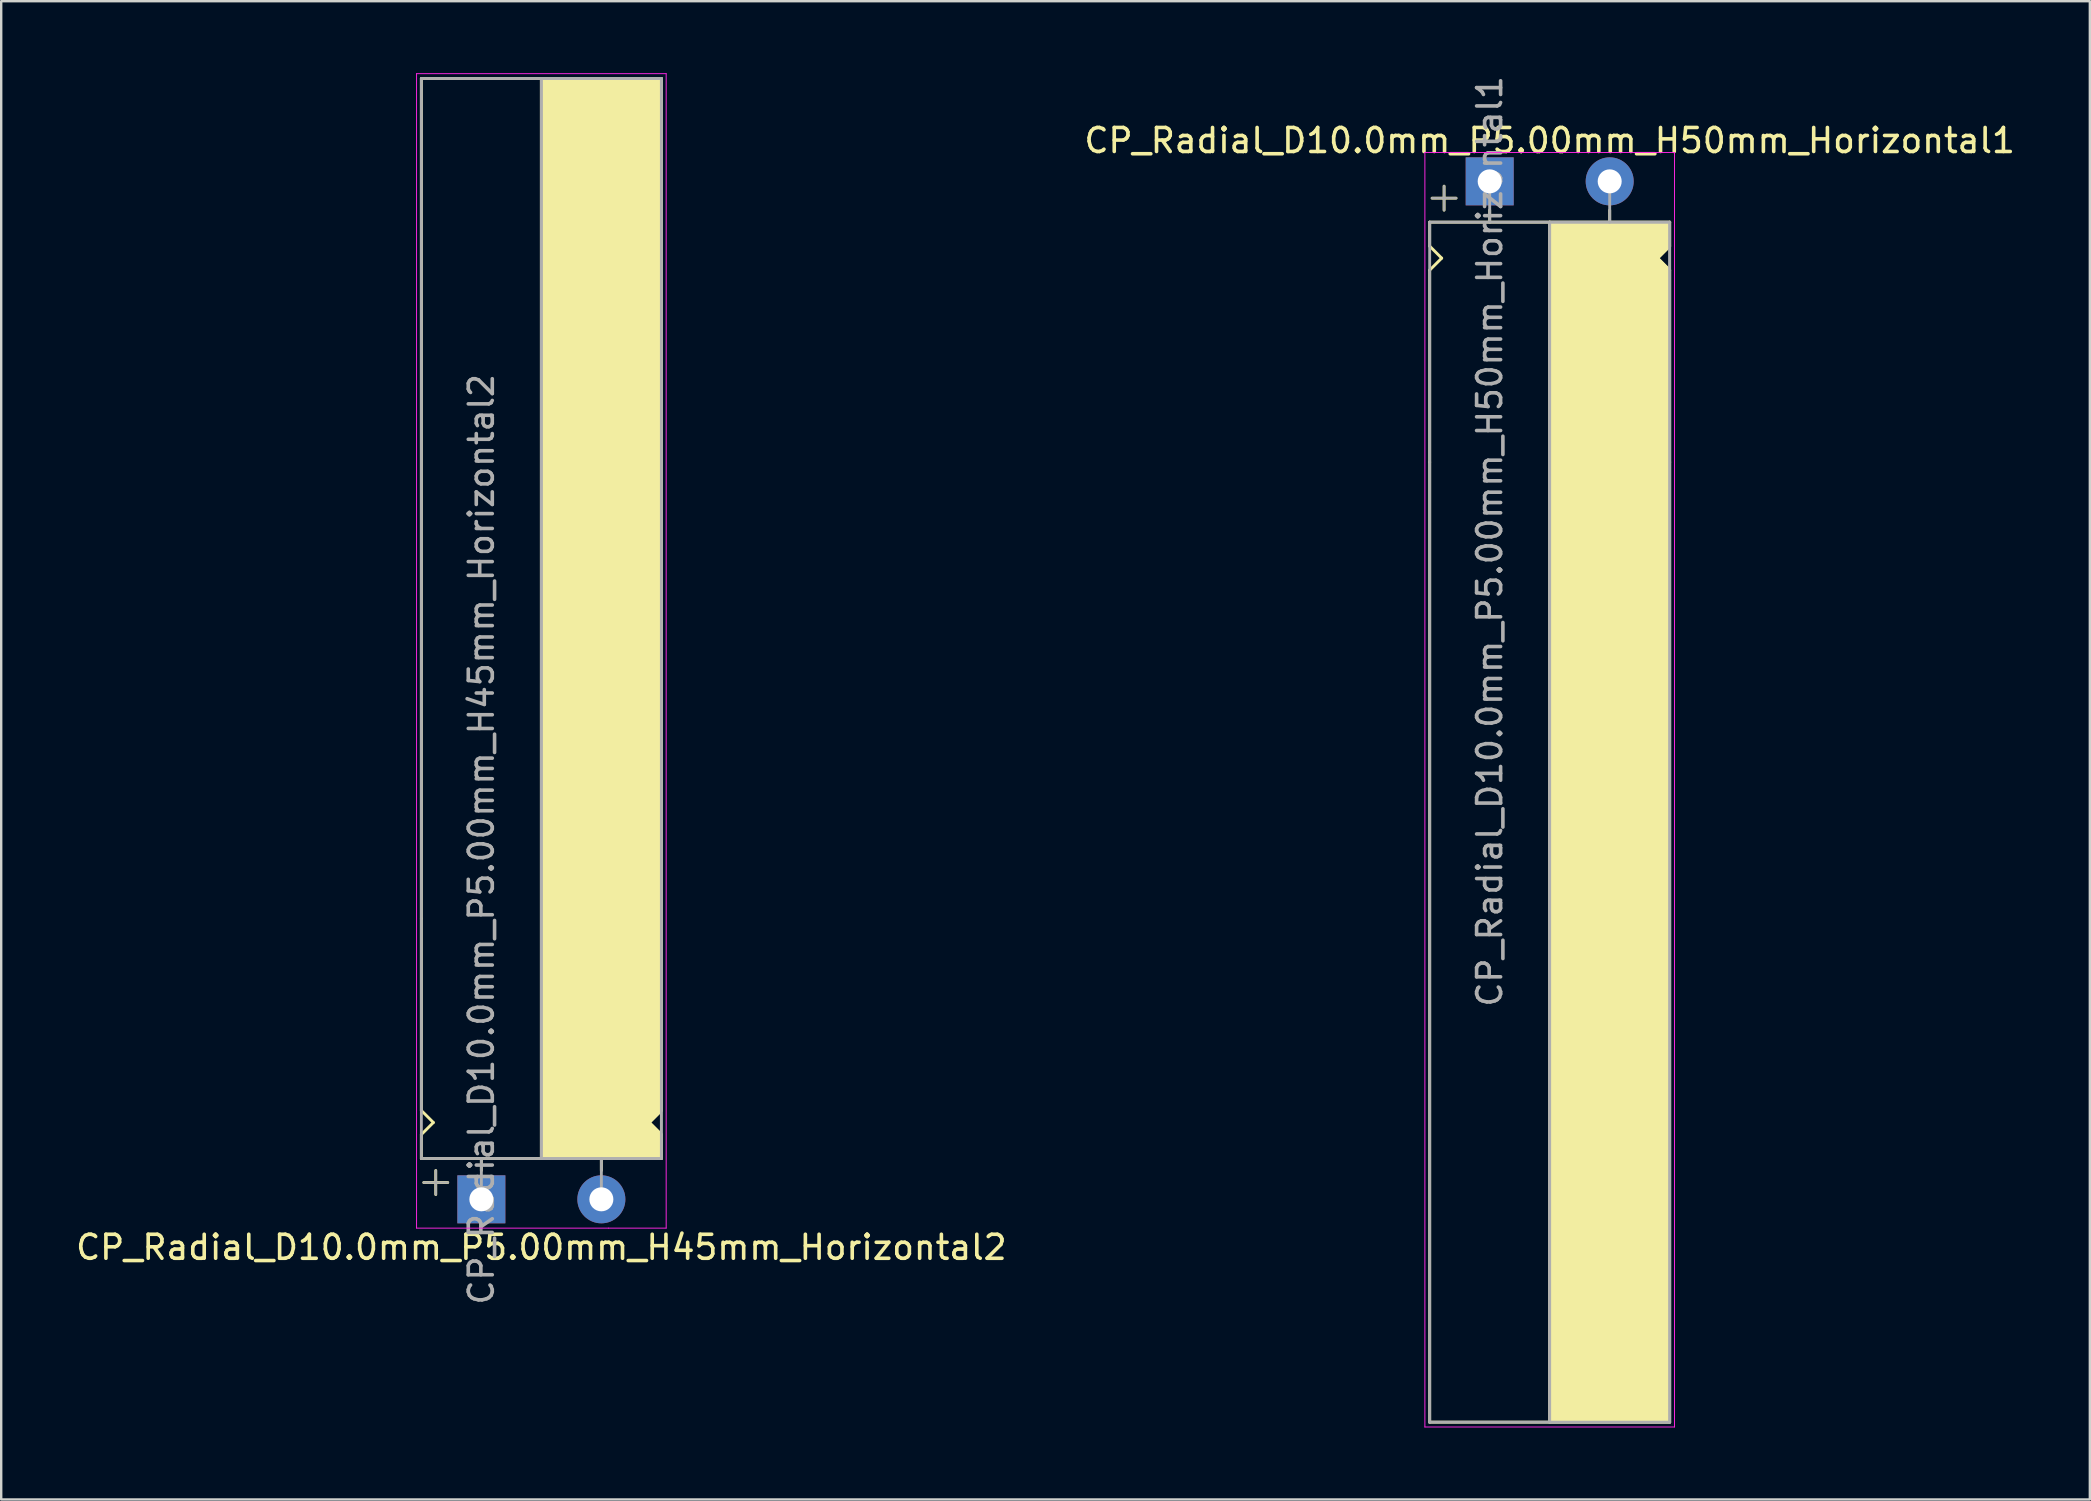
<source format=kicad_pcb>
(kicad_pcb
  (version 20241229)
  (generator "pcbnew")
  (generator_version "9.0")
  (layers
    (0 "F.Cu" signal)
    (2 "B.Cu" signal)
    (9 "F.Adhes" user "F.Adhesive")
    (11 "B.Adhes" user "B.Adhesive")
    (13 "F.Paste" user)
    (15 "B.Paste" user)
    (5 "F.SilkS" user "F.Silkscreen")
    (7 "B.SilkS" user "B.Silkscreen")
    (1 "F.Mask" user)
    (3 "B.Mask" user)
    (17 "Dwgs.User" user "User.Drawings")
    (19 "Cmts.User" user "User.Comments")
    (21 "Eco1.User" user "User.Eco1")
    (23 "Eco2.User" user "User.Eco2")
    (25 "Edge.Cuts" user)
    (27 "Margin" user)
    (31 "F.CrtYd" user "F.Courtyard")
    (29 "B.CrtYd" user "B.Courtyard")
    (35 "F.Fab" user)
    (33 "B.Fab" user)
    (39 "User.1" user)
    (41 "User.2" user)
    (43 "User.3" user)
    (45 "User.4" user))
  (footprint "CP_Radial_D10.0mm_P5.00mm_H45mm_Horizontal2"
    (layer "F.Cu")
    (at 17.006 46.92)
    (property "Reference" "CP_Radial_D10.0mm_P5.00mm_H45mm_Horizontal2" (at 2.5 2 0) (layer "F.SilkS") (effects (font (size 1 1) (thickness 0.15))))
    (attr through_hole)
    (fp_line (start -2.5 -46.7) (end 7.5 -46.7) (stroke (width 0.12) (type solid)) (layer "F.SilkS"))
    (fp_line (start -2.5 -11.7) (end -2.5 -46.7) (stroke (width 0.12) (type solid)) (layer "F.SilkS"))
    (fp_line (start -2.5 -3.7) (end -2.5 -11.7) (stroke (width 0.12) (type solid)) (layer "F.SilkS"))
    (fp_line (start -2.5 -2.7) (end -2 -3.2) (stroke (width 0.12) (type solid)) (layer "F.SilkS"))
    (fp_line (start -2.5 -1.7) (end -2.5 -2.7) (stroke (width 0.12) (type solid)) (layer "F.SilkS"))
    (fp_line (start -2 -3.2) (end -2.5 -3.7) (stroke (width 0.12) (type solid)) (layer "F.SilkS"))
    (fp_line (start -1.9 -1.2) (end -1.9 -0.2) (stroke (width 0.12) (type solid)) (layer "F.SilkS"))
    (fp_line (start -1.4 -0.7) (end -2.4 -0.7) (stroke (width 0.12) (type solid)) (layer "F.SilkS"))
    (fp_line (start 0 -1.7) (end 0 -1.2) (stroke (width 0.12) (type solid)) (layer "F.SilkS"))
    (fp_line (start 2.5 -46.7) (end 2.5 -1.7) (stroke (width 0.12) (type solid)) (layer "F.SilkS"))
    (fp_line (start 2.5 -1.7) (end -2.5 -1.7) (stroke (width 0.12) (type solid)) (layer "F.SilkS"))
    (fp_line (start 5 -1.7) (end 5 -1.2) (stroke (width 0.12) (type solid)) (layer "F.SilkS"))
    (fp_line (start 7 -3.2) (end 7.5 -3.7) (stroke (width 0.12) (type solid)) (layer "F.SilkS"))
    (fp_line (start 7.5 -11.7) (end 7.5 -46.7) (stroke (width 0.12) (type solid)) (layer "F.SilkS"))
    (fp_line (start 7.5 -3.7) (end 7.5 -11.7) (stroke (width 0.12) (type solid)) (layer "F.SilkS"))
    (fp_line (start 7.5 -2.7) (end 7 -3.2) (stroke (width 0.12) (type solid)) (layer "F.SilkS"))
    (fp_line (start 7.5 -1.7) (end 2.5 -1.7) (stroke (width 0.12) (type solid)) (layer "F.SilkS"))
    (fp_line (start 7.5 -1.7) (end 7.5 -2.7) (stroke (width 0.12) (type solid)) (layer "F.SilkS"))
    (fp_poly (pts (xy 7.5 -2.7) (xy 7 -3.2) (xy 7.5 -3.7) (xy 7.5 -46.7) (xy 2.5 -46.7) (xy 2.5 -1.7) (xy 7.5 -1.7)) (stroke (width 0.1) (type solid)) (fill yes) (layer "F.SilkS"))
    (fp_line (start -2.7 -46.9) (end -2.7 1.2) (stroke (width 0.04) (type solid)) (layer "F.CrtYd"))
    (fp_line (start -2.7 1.2) (end 5.3 1.2) (stroke (width 0.04) (type solid)) (layer "F.CrtYd"))
    (fp_line (start 5.3 1.2) (end 7.7 1.2) (stroke (width 0.04) (type solid)) (layer "F.CrtYd"))
    (fp_line (start 7.7 -46.9) (end -2.7 -46.9) (stroke (width 0.04) (type solid)) (layer "F.CrtYd"))
    (fp_line (start 7.7 1.2) (end 7.7 -46.9) (stroke (width 0.04) (type solid)) (layer "F.CrtYd"))
    (fp_line (start -2.5 -46.7) (end 7.5 -46.7) (stroke (width 0.12) (type solid)) (layer "F.Fab"))
    (fp_line (start -2.5 -1.7) (end -2.5 -46.7) (stroke (width 0.12) (type solid)) (layer "F.Fab"))
    (fp_line (start -2.4 -0.7) (end -1.4 -0.7) (stroke (width 0.1) (type solid)) (layer "F.Fab"))
    (fp_line (start -1.9 -0.2) (end -1.9 -1.2) (stroke (width 0.1) (type solid)) (layer "F.Fab"))
    (fp_line (start 0 -1.7) (end 0 0) (stroke (width 0.12) (type solid)) (layer "F.Fab"))
    (fp_line (start 2.5 -1.7) (end 2.5 -46.7) (stroke (width 0.12) (type solid)) (layer "F.Fab"))
    (fp_line (start 5 -1.7) (end 5 0) (stroke (width 0.12) (type solid)) (layer "F.Fab"))
    (fp_line (start 7.5 -46.7) (end 7.5 -1.7) (stroke (width 0.12) (type solid)) (layer "F.Fab"))
    (fp_line (start 7.5 -1.7) (end -2.5 -1.7) (stroke (width 0.12) (type solid)) (layer "F.Fab"))
    (fp_poly (pts (xy 7.5 -46.7) (xy 2.5 -46.7) (xy 2.5 -1.7) (xy 7.5 -1.7)) (stroke (width 0.1) (type solid)) (fill no) (layer "F.Fab"))
    (fp_text user "${REFERENCE}" (at 0 -15 90) (layer "F.Fab") (effects (font (size 1 1) (thickness 0.15))))
    (pad "1" thru_hole rect (at 0 0) (size 2 2) (drill 1) (layers "*.Cu" "*.Mask"))
    (pad "2" thru_hole circle (at 5 0) (size 2 2) (drill 1) (layers "*.Cu" "*.Mask")))
  (footprint "CP_Radial_D10.0mm_P5.00mm_H50mm_Horizontal1"
    (layer "F.Cu")
    (at 59.018 4.506)
    (property "Reference" "CP_Radial_D10.0mm_P5.00mm_H50mm_Horizontal1" (at 2.5 -1.7 0) (layer "F.SilkS") (effects (font (size 1 1) (thickness 0.15))))
    (attr through_hole)
    (fp_line (start -2.5 1.7) (end -2.5 2.7) (stroke (width 0.12) (type solid)) (layer "F.SilkS"))
    (fp_line (start -2.5 2.7) (end -2 3.2) (stroke (width 0.12) (type solid)) (layer "F.SilkS"))
    (fp_line (start -2.5 3.7) (end -2.5 11.7) (stroke (width 0.12) (type solid)) (layer "F.SilkS"))
    (fp_line (start -2.5 11.7) (end -2.5 51.7) (stroke (width 0.12) (type solid)) (layer "F.SilkS"))
    (fp_line (start -2.5 51.7) (end 7.5 51.7) (stroke (width 0.12) (type solid)) (layer "F.SilkS"))
    (fp_line (start -2 3.2) (end -2.5 3.7) (stroke (width 0.12) (type solid)) (layer "F.SilkS"))
    (fp_line (start -1.9 0.2) (end -1.9 1.2) (stroke (width 0.12) (type solid)) (layer "F.SilkS"))
    (fp_line (start -1.4 0.7) (end -2.4 0.7) (stroke (width 0.12) (type solid)) (layer "F.SilkS"))
    (fp_line (start 0 1.7) (end 0 1.2) (stroke (width 0.12) (type solid)) (layer "F.SilkS"))
    (fp_line (start 2.5 1.7) (end -2.5 1.7) (stroke (width 0.12) (type solid)) (layer "F.SilkS"))
    (fp_line (start 2.5 51.7) (end 2.5 1.7) (stroke (width 0.12) (type solid)) (layer "F.SilkS"))
    (fp_line (start 5 1.7) (end 5 1.2) (stroke (width 0.12) (type solid)) (layer "F.SilkS"))
    (fp_line (start 7 3.2) (end 7.5 3.7) (stroke (width 0.12) (type solid)) (layer "F.SilkS"))
    (fp_line (start 7.5 1.7) (end 2.5 1.7) (stroke (width 0.12) (type solid)) (layer "F.SilkS"))
    (fp_line (start 7.5 1.7) (end 7.5 2.7) (stroke (width 0.12) (type solid)) (layer "F.SilkS"))
    (fp_line (start 7.5 2.7) (end 7 3.2) (stroke (width 0.12) (type solid)) (layer "F.SilkS"))
    (fp_line (start 7.5 3.7) (end 7.5 11.7) (stroke (width 0.12) (type solid)) (layer "F.SilkS"))
    (fp_line (start 7.5 11.7) (end 7.5 51.7) (stroke (width 0.12) (type solid)) (layer "F.SilkS"))
    (fp_poly (pts (xy 7.5 2.7) (xy 7 3.2) (xy 7.5 3.7) (xy 7.5 51.7) (xy 2.5 51.7) (xy 2.5 1.7) (xy 7.5 1.7)) (stroke (width 0.1) (type solid)) (fill yes) (layer "F.SilkS"))
    (fp_line (start -2.7 -1.2) (end 5.3 -1.2) (stroke (width 0.04) (type solid)) (layer "F.CrtYd"))
    (fp_line (start -2.7 51.9) (end -2.7 -1.2) (stroke (width 0.04) (type solid)) (layer "F.CrtYd"))
    (fp_line (start 5.3 -1.2) (end 7.7 -1.2) (stroke (width 0.04) (type solid)) (layer "F.CrtYd"))
    (fp_line (start 7.7 -1.2) (end 7.7 51.9) (stroke (width 0.04) (type solid)) (layer "F.CrtYd"))
    (fp_line (start 7.7 51.9) (end -2.7 51.9) (stroke (width 0.04) (type solid)) (layer "F.CrtYd"))
    (fp_line (start -2.5 1.7) (end -2.5 51.7) (stroke (width 0.12) (type solid)) (layer "F.Fab"))
    (fp_line (start -2.5 51.7) (end 7.5 51.7) (stroke (width 0.12) (type solid)) (layer "F.Fab"))
    (fp_line (start -2.4 0.7) (end -1.4 0.7) (stroke (width 0.1) (type solid)) (layer "F.Fab"))
    (fp_line (start -1.9 1.2) (end -1.9 0.2) (stroke (width 0.1) (type solid)) (layer "F.Fab"))
    (fp_line (start 0 1.7) (end 0 0) (stroke (width 0.12) (type solid)) (layer "F.Fab"))
    (fp_line (start 2.5 1.7) (end 2.5 51.7) (stroke (width 0.12) (type solid)) (layer "F.Fab"))
    (fp_line (start 5 1.7) (end 5 0) (stroke (width 0.12) (type solid)) (layer "F.Fab"))
    (fp_line (start 7.5 1.7) (end -2.5 1.7) (stroke (width 0.12) (type solid)) (layer "F.Fab"))
    (fp_line (start 7.5 51.7) (end 7.5 1.7) (stroke (width 0.12) (type solid)) (layer "F.Fab"))
    (fp_poly (pts (xy 7.5 51.7) (xy 2.5 51.7) (xy 2.5 1.7) (xy 7.5 1.7)) (stroke (width 0.1) (type solid)) (fill no) (layer "F.Fab"))
    (fp_text user "${REFERENCE}" (at 0 15 90) (layer "F.Fab") (effects (font (size 1 1) (thickness 0.15))))
    (pad "1" thru_hole rect (at 0 0) (size 2 2) (drill 1) (layers "*.Cu" "*.Mask"))
    (pad "2" thru_hole circle (at 5 0) (size 2 2) (drill 1) (layers "*.Cu" "*.Mask")))
  (gr_rect
    (start -3 -3)
    (end 84.024 59.426)
    (stroke (width 0.1) (type default))
    (fill no)
    (layer "Edge.Cuts")))
</source>
